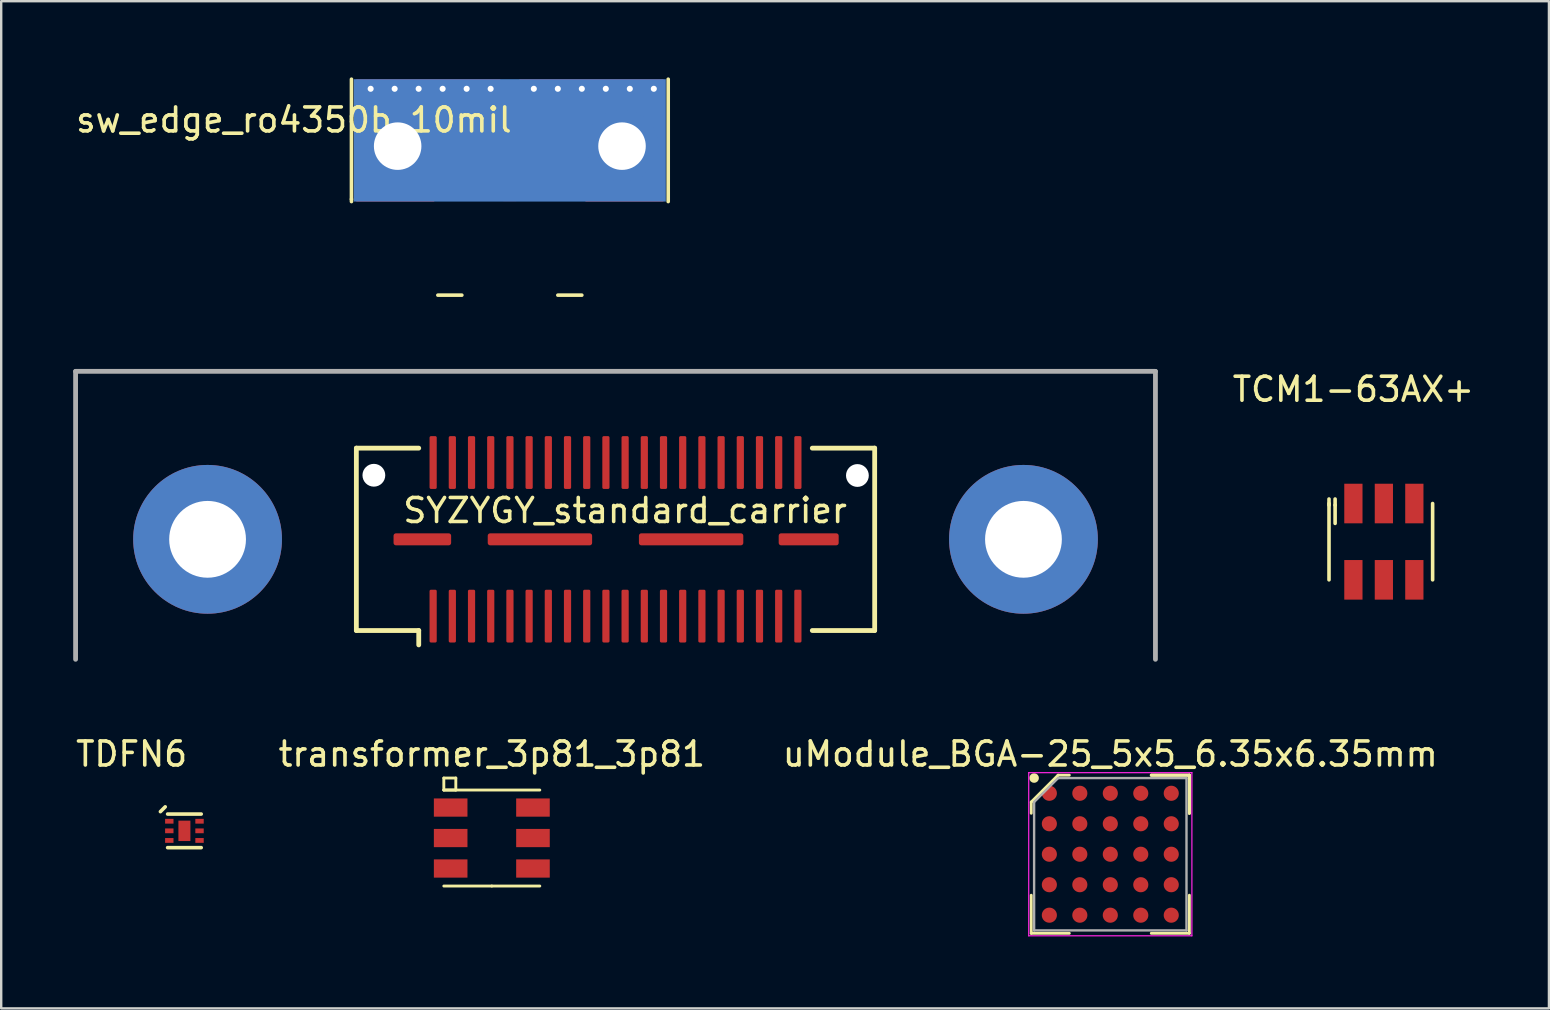
<source format=kicad_pcb>
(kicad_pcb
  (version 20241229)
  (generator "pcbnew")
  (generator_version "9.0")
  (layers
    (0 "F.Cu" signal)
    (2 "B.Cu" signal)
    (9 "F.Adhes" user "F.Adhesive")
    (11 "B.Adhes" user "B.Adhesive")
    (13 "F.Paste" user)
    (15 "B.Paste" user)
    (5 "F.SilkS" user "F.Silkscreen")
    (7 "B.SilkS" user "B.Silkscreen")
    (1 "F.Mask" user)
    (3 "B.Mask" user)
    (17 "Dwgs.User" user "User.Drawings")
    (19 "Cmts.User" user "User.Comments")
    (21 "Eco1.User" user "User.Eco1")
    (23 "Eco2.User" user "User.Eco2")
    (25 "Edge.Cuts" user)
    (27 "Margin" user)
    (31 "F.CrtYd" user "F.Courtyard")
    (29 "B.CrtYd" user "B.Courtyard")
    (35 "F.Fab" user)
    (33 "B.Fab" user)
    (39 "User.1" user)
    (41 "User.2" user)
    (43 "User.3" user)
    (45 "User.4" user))
  (footprint "TDFN6"
    (layer "F.Cu")
    (at 4.635 31.573)
    (property "Reference" "TDFN6" (at -2.2 -3.2 0) (layer "F.SilkS") (effects (font (size 1 1) (thickness 0.15))))
    (attr through_hole)
    (fp_line (start -0.8 -1) (end -1 -0.8) (stroke (width 0.15) (type solid)) (layer "F.SilkS"))
    (fp_line (start -0.7 -0.7) (end 0.7 -0.7) (stroke (width 0.15) (type solid)) (layer "F.SilkS"))
    (fp_line (start -0.7 0.7) (end 0.7 0.7) (stroke (width 0.15) (type solid)) (layer "F.SilkS"))
    (pad "1" smd rect (at -0.63 -0.4) (size 0.35 0.2) (layers "F.Cu" "F.Mask" "F.Paste"))
    (pad "2" smd rect (at -0.63 0) (size 0.35 0.2) (layers "F.Cu" "F.Mask" "F.Paste"))
    (pad "3" smd rect (at -0.63 0.4) (size 0.35 0.2) (layers "F.Cu" "F.Mask" "F.Paste"))
    (pad "4" smd rect (at 0.63 0.4) (size 0.35 0.2) (layers "F.Cu" "F.Mask" "F.Paste"))
    (pad "5" smd rect (at 0.63 0) (size 0.35 0.2) (layers "F.Cu" "F.Mask" "F.Paste"))
    (pad "6" smd rect (at 0.63 -0.4) (size 0.35 0.2) (layers "F.Cu" "F.Mask" "F.Paste"))
    (pad "7" smd rect (at 0 0) (size 0.5 0.85) (layers "F.Cu" "F.Mask" "F.Paste")))
  (footprint "transformer_3p81_3p81"
    (layer "F.Cu")
    (at 17.445 31.873)
    (property "Reference" "transformer_3p81_3p81" (at 0 -3.5 0) (layer "F.SilkS") (effects (font (size 1 1) (thickness 0.15))))
    (attr through_hole)
    (fp_line (start -2 -2.5) (end -1.5 -2.5) (stroke (width 0.12) (type solid)) (layer "F.SilkS"))
    (fp_line (start -2 -2) (end -2 -2.5) (stroke (width 0.12) (type solid)) (layer "F.SilkS"))
    (fp_line (start -2 -2) (end 2 -2) (stroke (width 0.12) (type solid)) (layer "F.SilkS"))
    (fp_line (start -1.5 -2.5) (end -1.5 -2) (stroke (width 0.12) (type solid)) (layer "F.SilkS"))
    (fp_line (start -1.5 -2) (end -2 -2) (stroke (width 0.12) (type solid)) (layer "F.SilkS"))
    (fp_line (start 0 2) (end -2 2) (stroke (width 0.12) (type solid)) (layer "F.SilkS"))
    (fp_line (start 0 2) (end 2 2) (stroke (width 0.12) (type solid)) (layer "F.SilkS"))
    (pad "1" smd rect (at -1.715 -1.27) (size 1.4 0.76) (layers "F.Cu" "F.Mask" "F.Paste"))
    (pad "2" smd rect (at -1.715 0) (size 1.4 0.76) (layers "F.Cu" "F.Mask" "F.Paste"))
    (pad "3" smd rect (at -1.715 1.27) (size 1.4 0.76) (layers "F.Cu" "F.Mask" "F.Paste"))
    (pad "4" smd rect (at 1.715 1.27) (size 1.4 0.76) (layers "F.Cu" "F.Mask" "F.Paste"))
    (pad "5" smd rect (at 1.715 0) (size 1.4 0.76) (layers "F.Cu" "F.Mask" "F.Paste"))
    (pad "6" smd rect (at 1.715 -1.27) (size 1.4 0.76) (layers "F.Cu" "F.Mask" "F.Paste")))
  (footprint "uModule_BGA-25_5x5_6.35x6.35mm"
    (layer "F.Cu")
    (at 43.219 32.548)
    (property "Reference" "uModule_BGA-25_5x5_6.35x6.35mm" (at 0 -4.175 0) (layer "F.SilkS") (effects (font (size 1 1) (thickness 0.15))))
    (attr smd)
    (fp_line (start -3.295 -2.175) (end -3.295 -1.708) (stroke (width 0.12) (type solid)) (layer "F.SilkS"))
    (fp_line (start -3.295 3.295) (end -3.295 1.708) (stroke (width 0.12) (type solid)) (layer "F.SilkS"))
    (fp_line (start -2.175 -3.295) (end -3.295 -2.175) (stroke (width 0.12) (type solid)) (layer "F.SilkS"))
    (fp_line (start -1.708 -3.295) (end -2.175 -3.295) (stroke (width 0.12) (type solid)) (layer "F.SilkS"))
    (fp_line (start -1.708 3.295) (end -3.295 3.295) (stroke (width 0.12) (type solid)) (layer "F.SilkS"))
    (fp_line (start 1.708 -3.295) (end 3.295 -3.295) (stroke (width 0.12) (type solid)) (layer "F.SilkS"))
    (fp_line (start 1.708 -3.295) (end 3.295 -3.295) (stroke (width 0.12) (type solid)) (layer "F.SilkS"))
    (fp_line (start 1.708 -3.295) (end 3.295 -3.295) (stroke (width 0.12) (type solid)) (layer "F.SilkS"))
    (fp_line (start 1.708 3.295) (end 3.295 3.295) (stroke (width 0.12) (type solid)) (layer "F.SilkS"))
    (fp_line (start 3.295 -3.295) (end 3.295 -1.708) (stroke (width 0.12) (type solid)) (layer "F.SilkS"))
    (fp_line (start 3.295 -3.295) (end 3.295 -1.708) (stroke (width 0.12) (type solid)) (layer "F.SilkS"))
    (fp_line (start 3.295 -3.295) (end 3.295 -1.708) (stroke (width 0.12) (type solid)) (layer "F.SilkS"))
    (fp_line (start 3.295 3.295) (end 3.295 1.708) (stroke (width 0.12) (type solid)) (layer "F.SilkS"))
    (fp_circle (center -3.175 -3.175) (end -3.175 -3.075) (stroke (width 0.2) (type solid)) (fill no) (layer "F.SilkS"))
    (fp_line (start -3.4 -3.4) (end 3.4 -3.4) (stroke (width 0.05) (type solid)) (layer "F.CrtYd"))
    (fp_line (start -3.4 3.4) (end -3.4 -3.4) (stroke (width 0.05) (type solid)) (layer "F.CrtYd"))
    (fp_line (start 3.4 -3.4) (end 3.4 3.4) (stroke (width 0.05) (type solid)) (layer "F.CrtYd"))
    (fp_line (start 3.4 3.4) (end -3.4 3.4) (stroke (width 0.05) (type solid)) (layer "F.CrtYd"))
    (fp_line (start -3.175 -2.175) (end -3.175 3.175) (stroke (width 0.1) (type solid)) (layer "F.Fab"))
    (fp_line (start -3.175 3.175) (end 3.175 3.175) (stroke (width 0.1) (type solid)) (layer "F.Fab"))
    (fp_line (start -2.175 -3.175) (end -3.175 -2.175) (stroke (width 0.1) (type solid)) (layer "F.Fab"))
    (fp_line (start 3.175 -3.175) (end -2.175 -3.175) (stroke (width 0.1) (type solid)) (layer "F.Fab"))
    (fp_line (start 3.175 3.175) (end 3.175 -3.175) (stroke (width 0.1) (type solid)) (layer "F.Fab"))
    (pad "A1" smd circle (at -2.54 -2.54) (size 0.63 0.63) (layers "F.Cu" "F.Mask" "F.Paste"))
    (pad "A2" smd circle (at -1.27 -2.54) (size 0.63 0.63) (layers "F.Cu" "F.Mask" "F.Paste"))
    (pad "A3" smd circle (at 0 -2.54) (size 0.63 0.63) (layers "F.Cu" "F.Mask" "F.Paste"))
    (pad "A4" smd circle (at 1.27 -2.54) (size 0.63 0.63) (layers "F.Cu" "F.Mask" "F.Paste"))
    (pad "A5" smd circle (at 2.54 -2.54) (size 0.63 0.63) (layers "F.Cu" "F.Mask" "F.Paste"))
    (pad "B1" smd circle (at -2.54 -1.27) (size 0.63 0.63) (layers "F.Cu" "F.Mask" "F.Paste"))
    (pad "B2" smd circle (at -1.27 -1.27) (size 0.63 0.63) (layers "F.Cu" "F.Mask" "F.Paste"))
    (pad "B3" smd circle (at 0 -1.27) (size 0.63 0.63) (layers "F.Cu" "F.Mask" "F.Paste"))
    (pad "B4" smd circle (at 1.27 -1.27) (size 0.63 0.63) (layers "F.Cu" "F.Mask" "F.Paste"))
    (pad "B5" smd circle (at 2.54 -1.27) (size 0.63 0.63) (layers "F.Cu" "F.Mask" "F.Paste"))
    (pad "C1" smd circle (at -2.54 0) (size 0.63 0.63) (layers "F.Cu" "F.Mask" "F.Paste"))
    (pad "C2" smd circle (at -1.27 0) (size 0.63 0.63) (layers "F.Cu" "F.Mask" "F.Paste"))
    (pad "C3" smd circle (at 0 0) (size 0.63 0.63) (layers "F.Cu" "F.Mask" "F.Paste"))
    (pad "C4" smd circle (at 1.27 0) (size 0.63 0.63) (layers "F.Cu" "F.Mask" "F.Paste"))
    (pad "C5" smd circle (at 2.54 0) (size 0.63 0.63) (layers "F.Cu" "F.Mask" "F.Paste"))
    (pad "D1" smd circle (at -2.54 1.27) (size 0.63 0.63) (layers "F.Cu" "F.Mask" "F.Paste"))
    (pad "D2" smd circle (at -1.27 1.27) (size 0.63 0.63) (layers "F.Cu" "F.Mask" "F.Paste"))
    (pad "D3" smd circle (at 0 1.27) (size 0.63 0.63) (layers "F.Cu" "F.Mask" "F.Paste"))
    (pad "D4" smd circle (at 1.27 1.27) (size 0.63 0.63) (layers "F.Cu" "F.Mask" "F.Paste"))
    (pad "D5" smd circle (at 2.54 1.27) (size 0.63 0.63) (layers "F.Cu" "F.Mask" "F.Paste"))
    (pad "E1" smd circle (at -2.54 2.54) (size 0.63 0.63) (layers "F.Cu" "F.Mask" "F.Paste"))
    (pad "E2" smd circle (at -1.27 2.54) (size 0.63 0.63) (layers "F.Cu" "F.Mask" "F.Paste"))
    (pad "E3" smd circle (at 0 2.54) (size 0.63 0.63) (layers "F.Cu" "F.Mask" "F.Paste"))
    (pad "E4" smd circle (at 1.27 2.54) (size 0.63 0.63) (layers "F.Cu" "F.Mask" "F.Paste"))
    (pad "E5" smd circle (at 2.54 2.54) (size 0.63 0.63) (layers "F.Cu" "F.Mask" "F.Paste")))
  (footprint "sw_edge_ro4350b_10mil"
    (layer "F.Cu")
    (at 18.196 0.25)
    (property "Reference" "sw_edge_ro4350b_10mil" (at -9 1.7 0) (layer "F.SilkS") (effects (font (size 1 1) (thickness 0.15))))
    (attr through_hole)
    (fp_poly (pts (xy -6.6 0) (xy -0.5 0) (xy -0.5 5.1) (xy -6.6 5.1)) (stroke (width 0.1) (type solid)) (fill yes) (layer "F.Mask"))
    (fp_poly (pts (xy -0.6 1.9) (xy 0.6 1.9) (xy 0.6 5.1) (xy -0.6 5.1)) (stroke (width 0.1) (type solid)) (fill yes) (layer "F.Mask"))
    (fp_poly (pts (xy -0.5 0) (xy 0.5 0) (xy 0.5 1.3) (xy -0.5 1.3)) (stroke (width 0.1) (type solid)) (fill yes) (layer "F.Mask"))
    (fp_poly (pts (xy 0.5 0) (xy 6.6 0) (xy 6.6 5.1) (xy 0.5 5.1)) (stroke (width 0.1) (type solid)) (fill yes) (layer "F.Mask"))
    (fp_line (start -6.6 0) (end -6.6 5) (stroke (width 0.15) (type solid)) (layer "F.SilkS"))
    (fp_line (start -6.6 5) (end -6.6 5.1) (stroke (width 0.15) (type solid)) (layer "F.SilkS"))
    (fp_line (start -2 9) (end -3 9) (stroke (width 0.15) (type solid)) (layer "F.SilkS"))
    (fp_line (start 2 9) (end 3 9) (stroke (width 0.15) (type solid)) (layer "F.SilkS"))
    (fp_line (start 6.6 0) (end 6.6 5.1) (stroke (width 0.15) (type solid)) (layer "F.SilkS"))
    (pad "1" smd trapezoid (at 0 0.55) (size 0.365 0.9) (rect_delta 0 0.175) (layers "F.Cu" "F.Mask"))
    (pad "1" smd rect (at 0 3.04) (size 0.54 4.08) (layers "F.Cu"))
    (pad "2" thru_hole circle (at -5.8 0.4) (size 0.5 0.5) (drill 0.254) (layers "*.Cu" "*.Mask"))
    (pad "2" thru_hole circle (at -4.8 0.4) (size 0.5 0.5) (drill 0.254) (layers "*.Cu" "*.Mask"))
    (pad "2" smd rect (at -4.775 2.85 180) (size 3.25 4.5) (layers "F.Cu" "F.Mask"))
    (pad "2" thru_hole circle (at -4.675 2.79) (size 3 3) (drill 1.98) (layers "*.Cu" "*.Mask"))
    (pad "2" thru_hole circle (at -3.8 0.4) (size 0.5 0.5) (drill 0.254) (layers "*.Cu" "*.Mask"))
    (pad "2" smd rect (at -3.4 0.3 180) (size 6 0.6) (layers "F.Cu" "F.Mask"))
    (pad "2" smd trapezoid (at -3.4 0.7) (size 5.8 0.2) (rect_delta 0 -0.2) (layers "F.Cu" "F.Mask"))
    (pad "2" thru_hole circle (at -2.8 0.4) (size 0.5 0.5) (drill 0.254) (layers "*.Cu" "*.Mask"))
    (pad "2" thru_hole circle (at -1.8 0.4) (size 0.5 0.5) (drill 0.254) (layers "*.Cu" "*.Mask"))
    (pad "2" thru_hole circle (at -0.8 0.4) (size 0.5 0.5) (drill 0.254) (layers "*.Cu" "*.Mask"))
    (pad "2" smd rect (at 0 2.55 180) (size 13 5.1) (layers "B.Cu" "B.Mask"))
    (pad "2" thru_hole circle (at 1 0.4) (size 0.5 0.5) (drill 0.254) (layers "*.Cu" "*.Mask"))
    (pad "2" thru_hole circle (at 2 0.4) (size 0.5 0.5) (drill 0.254) (layers "*.Cu" "*.Mask"))
    (pad "2" thru_hole circle (at 3 0.4) (size 0.5 0.5) (drill 0.254) (layers "*.Cu" "*.Mask"))
    (pad "2" smd rect (at 3.4 0.3 180) (size 6 0.6) (layers "F.Cu" "F.Mask"))
    (pad "2" smd trapezoid (at 3.4 0.7) (size 5.8 0.2) (rect_delta 0 -0.2) (layers "F.Cu" "F.Mask"))
    (pad "2" thru_hole circle (at 4 0.4) (size 0.5 0.5) (drill 0.254) (layers "*.Cu" "*.Mask"))
    (pad "2" thru_hole circle (at 4.675 2.79) (size 3 3) (drill 1.98) (layers "*.Cu" "*.Mask"))
    (pad "2" smd rect (at 4.775 2.85 180) (size 3.25 4.5) (layers "F.Cu" "F.Mask"))
    (pad "2" thru_hole circle (at 5 0.4) (size 0.5 0.5) (drill 0.254) (layers "*.Cu" "*.Mask"))
    (pad "2" thru_hole circle (at 6 0.4) (size 0.5 0.5) (drill 0.254) (layers "*.Cu" "*.Mask")))
  (footprint "TCM1-63AX+"
    (layer "F.Cu")
    (at 54.619 19.523)
    (property "Reference" "TCM1-63AX+" (at -1.27 -6.35 0) (layer "F.SilkS") (effects (font (size 1 1) (thickness 0.15))))
    (attr smd)
    (fp_line (start -2.286 -1.778) (end -2.286 -1.524) (stroke (width 0.15) (type solid)) (layer "F.SilkS"))
    (fp_line (start -2.286 -1.59) (end -2.286 1.59) (stroke (width 0.15) (type solid)) (layer "F.SilkS"))
    (fp_line (start -2.032 -1.778) (end -2.032 -1.524) (stroke (width 0.15) (type solid)) (layer "F.SilkS"))
    (fp_line (start -2.032 -1.524) (end -2.032 -0.762) (stroke (width 0.15) (type solid)) (layer "F.SilkS"))
    (fp_line (start 2.032 -1.59) (end 2.032 1.59) (stroke (width 0.15) (type solid)) (layer "F.SilkS"))
    (pad "1" smd rect (at -1.27 -1.59) (size 0.76 1.65) (layers "F.Cu" "F.Mask" "F.Paste"))
    (pad "2" smd rect (at 0 -1.59) (size 0.76 1.65) (layers "F.Cu" "F.Mask" "F.Paste"))
    (pad "3" smd rect (at 1.27 -1.59) (size 0.76 1.65) (layers "F.Cu" "F.Mask" "F.Paste"))
    (pad "4" smd rect (at 1.27 1.59) (size 0.76 1.65) (layers "F.Cu" "F.Mask" "F.Paste"))
    (pad "5" smd rect (at 0 1.59) (size 0.76 1.65) (layers "F.Cu" "F.Mask" "F.Paste"))
    (pad "6" smd rect (at -1.27 1.59) (size 0.76 1.65) (layers "F.Cu" "F.Mask" "F.Paste")))
  (footprint "SYZYGY_standard_carrier"
    (layer "F.Cu")
    (at 22.6 19.425)
    (property "Reference" "SYZYGY_standard_carrier" (at 0.4 -1.2 0) (layer "F.SilkS") (effects (font (size 1 1) (thickness 0.15))))
    (attr through_hole)
    (fp_line (start -10.8 -3.8) (end -10.8 3.8) (stroke (width 0.2) (type solid)) (layer "F.SilkS"))
    (fp_line (start -10.8 3.8) (end -8.2 3.8) (stroke (width 0.2) (type solid)) (layer "F.SilkS"))
    (fp_line (start -8.2 -3.8) (end -10.8 -3.8) (stroke (width 0.2) (type solid)) (layer "F.SilkS"))
    (fp_line (start -8.2 4.4) (end -8.2 3.8) (stroke (width 0.2) (type solid)) (layer "F.SilkS"))
    (fp_line (start 8.2 3.8) (end 10.8 3.8) (stroke (width 0.2) (type solid)) (layer "F.SilkS"))
    (fp_line (start 10.8 -3.8) (end 8.2 -3.8) (stroke (width 0.2) (type solid)) (layer "F.SilkS"))
    (fp_line (start 10.8 3.8) (end 10.8 -3.8) (stroke (width 0.2) (type solid)) (layer "F.SilkS"))
    (fp_line (start -22.5 -7) (end 22.5 -7) (stroke (width 0.2) (type solid)) (layer "F.Fab"))
    (fp_line (start -22.5 5) (end -22.5 -7) (stroke (width 0.2) (type solid)) (layer "F.Fab"))
    (fp_line (start 22.5 -7) (end 22.5 5) (stroke (width 0.2) (type solid)) (layer "F.Fab"))
    (pad "" thru_hole circle (at -17 0) (size 6.2 6.2) (drill 3.2) (layers "*.Cu" "*.Mask"))
    (pad "" np_thru_hole circle (at -10.07 -2.67) (size 0.95 0.95) (drill 0.95) (layers "*.Cu" "*.Mask"))
    (pad "" np_thru_hole circle (at 10.08 -2.66) (size 0.95 0.95) (drill 0.95) (layers "*.Cu" "*.Mask"))
    (pad "" thru_hole circle (at 17 0) (size 6.2 6.2) (drill 3.2) (layers "*.Cu" "*.Mask"))
    (pad "1" smd roundrect (at -7.6 3.2) (size 0.3 2.2) (layers "F.Cu" "F.Mask" "F.Paste") (roundrect_rratio 0.2))
    (pad "2" smd roundrect (at -7.6 -3.2) (size 0.3 2.2) (layers "F.Cu" "F.Mask" "F.Paste") (roundrect_rratio 0.2))
    (pad "3" smd roundrect (at -6.8 3.2) (size 0.3 2.2) (layers "F.Cu" "F.Mask" "F.Paste") (roundrect_rratio 0.2))
    (pad "4" smd roundrect (at -6.8 -3.2) (size 0.3 2.2) (layers "F.Cu" "F.Mask" "F.Paste") (roundrect_rratio 0.2))
    (pad "5" smd roundrect (at -6 3.2) (size 0.3 2.2) (layers "F.Cu" "F.Mask" "F.Paste") (roundrect_rratio 0.2))
    (pad "6" smd roundrect (at -6 -3.2) (size 0.3 2.2) (layers "F.Cu" "F.Mask" "F.Paste") (roundrect_rratio 0.2))
    (pad "7" smd roundrect (at -5.2 3.2) (size 0.3 2.2) (layers "F.Cu" "F.Mask" "F.Paste") (roundrect_rratio 0.2))
    (pad "8" smd roundrect (at -5.2 -3.2) (size 0.3 2.2) (layers "F.Cu" "F.Mask" "F.Paste") (roundrect_rratio 0.2))
    (pad "9" smd roundrect (at -4.4 3.2) (size 0.3 2.2) (layers "F.Cu" "F.Mask" "F.Paste") (roundrect_rratio 0.2))
    (pad "10" smd roundrect (at -4.4 -3.2) (size 0.3 2.2) (layers "F.Cu" "F.Mask" "F.Paste") (roundrect_rratio 0.2))
    (pad "11" smd roundrect (at -3.6 3.2) (size 0.3 2.2) (layers "F.Cu" "F.Mask" "F.Paste") (roundrect_rratio 0.2))
    (pad "12" smd roundrect (at -3.6 -3.2) (size 0.3 2.2) (layers "F.Cu" "F.Mask" "F.Paste") (roundrect_rratio 0.2))
    (pad "13" smd roundrect (at -2.8 3.2) (size 0.3 2.2) (layers "F.Cu" "F.Mask" "F.Paste") (roundrect_rratio 0.2))
    (pad "14" smd roundrect (at -2.8 -3.2) (size 0.3 2.2) (layers "F.Cu" "F.Mask" "F.Paste") (roundrect_rratio 0.2))
    (pad "15" smd roundrect (at -2 3.2) (size 0.3 2.2) (layers "F.Cu" "F.Mask" "F.Paste") (roundrect_rratio 0.2))
    (pad "16" smd roundrect (at -2 -3.2) (size 0.3 2.2) (layers "F.Cu" "F.Mask" "F.Paste") (roundrect_rratio 0.2))
    (pad "17" smd roundrect (at -1.2 3.2) (size 0.3 2.2) (layers "F.Cu" "F.Mask" "F.Paste") (roundrect_rratio 0.2))
    (pad "18" smd roundrect (at -1.2 -3.2) (size 0.3 2.2) (layers "F.Cu" "F.Mask" "F.Paste") (roundrect_rratio 0.2))
    (pad "19" smd roundrect (at -0.4 3.2) (size 0.3 2.2) (layers "F.Cu" "F.Mask" "F.Paste") (roundrect_rratio 0.2))
    (pad "20" smd roundrect (at -0.4 -3.2) (size 0.3 2.2) (layers "F.Cu" "F.Mask" "F.Paste") (roundrect_rratio 0.2))
    (pad "21" smd roundrect (at 0.4 3.2) (size 0.3 2.2) (layers "F.Cu" "F.Mask" "F.Paste") (roundrect_rratio 0.2))
    (pad "22" smd roundrect (at 0.4 -3.2) (size 0.3 2.2) (layers "F.Cu" "F.Mask" "F.Paste") (roundrect_rratio 0.2))
    (pad "23" smd roundrect (at 1.2 3.2) (size 0.3 2.2) (layers "F.Cu" "F.Mask" "F.Paste") (roundrect_rratio 0.2))
    (pad "24" smd roundrect (at 1.2 -3.2) (size 0.3 2.2) (layers "F.Cu" "F.Mask" "F.Paste") (roundrect_rratio 0.2))
    (pad "25" smd roundrect (at 2 3.2) (size 0.3 2.2) (layers "F.Cu" "F.Mask" "F.Paste") (roundrect_rratio 0.2))
    (pad "26" smd roundrect (at 2 -3.2) (size 0.3 2.2) (layers "F.Cu" "F.Mask" "F.Paste") (roundrect_rratio 0.2))
    (pad "27" smd roundrect (at 2.8 3.2) (size 0.3 2.2) (layers "F.Cu" "F.Mask" "F.Paste") (roundrect_rratio 0.2))
    (pad "28" smd roundrect (at 2.8 -3.2) (size 0.3 2.2) (layers "F.Cu" "F.Mask" "F.Paste") (roundrect_rratio 0.2))
    (pad "29" smd roundrect (at 3.6 3.2) (size 0.3 2.2) (layers "F.Cu" "F.Mask" "F.Paste") (roundrect_rratio 0.2))
    (pad "30" smd roundrect (at 3.6 -3.2) (size 0.3 2.2) (layers "F.Cu" "F.Mask" "F.Paste") (roundrect_rratio 0.2))
    (pad "31" smd roundrect (at 4.4 3.2) (size 0.3 2.2) (layers "F.Cu" "F.Mask" "F.Paste") (roundrect_rratio 0.2))
    (pad "32" smd roundrect (at 4.4 -3.2) (size 0.3 2.2) (layers "F.Cu" "F.Mask" "F.Paste") (roundrect_rratio 0.2))
    (pad "33" smd roundrect (at 5.2 3.2) (size 0.3 2.2) (layers "F.Cu" "F.Mask" "F.Paste") (roundrect_rratio 0.2))
    (pad "34" smd roundrect (at 5.2 -3.2) (size 0.3 2.2) (layers "F.Cu" "F.Mask" "F.Paste") (roundrect_rratio 0.2))
    (pad "35" smd roundrect (at 6 3.2) (size 0.3 2.2) (layers "F.Cu" "F.Mask" "F.Paste") (roundrect_rratio 0.2))
    (pad "36" smd roundrect (at 6 -3.2) (size 0.3 2.2) (layers "F.Cu" "F.Mask" "F.Paste") (roundrect_rratio 0.2))
    (pad "37" smd roundrect (at 6.8 3.2) (size 0.3 2.2) (layers "F.Cu" "F.Mask" "F.Paste") (roundrect_rratio 0.2))
    (pad "38" smd roundrect (at 6.8 -3.2) (size 0.3 2.2) (layers "F.Cu" "F.Mask" "F.Paste") (roundrect_rratio 0.2))
    (pad "39" smd roundrect (at 7.6 3.2) (size 0.3 2.2) (layers "F.Cu" "F.Mask" "F.Paste") (roundrect_rratio 0.2))
    (pad "40" smd roundrect (at 7.6 -3.2) (size 0.3 2.2) (layers "F.Cu" "F.Mask" "F.Paste") (roundrect_rratio 0.2))
    (pad "41" smd roundrect (at -8.05 0 270) (size 0.5 2.4) (layers "F.Cu" "F.Mask" "F.Paste") (roundrect_rratio 0.2))
    (pad "41" smd roundrect (at -3.15 0 270) (size 0.5 4.35) (layers "F.Cu" "F.Mask" "F.Paste") (roundrect_rratio 0.2))
    (pad "41" smd roundrect (at 3.15 0 270) (size 0.5 4.35) (layers "F.Cu" "F.Mask" "F.Paste") (roundrect_rratio 0.2))
    (pad "41" smd roundrect (at 8.05 0 270) (size 0.5 2.5) (layers "F.Cu" "F.Mask" "F.Paste") (roundrect_rratio 0.2)))
  (gr_rect
    (start -3 -3)
    (end 61.498 38.973)
    (stroke (width 0.1) (type default))
    (fill no)
    (layer "Edge.Cuts")))
</source>
